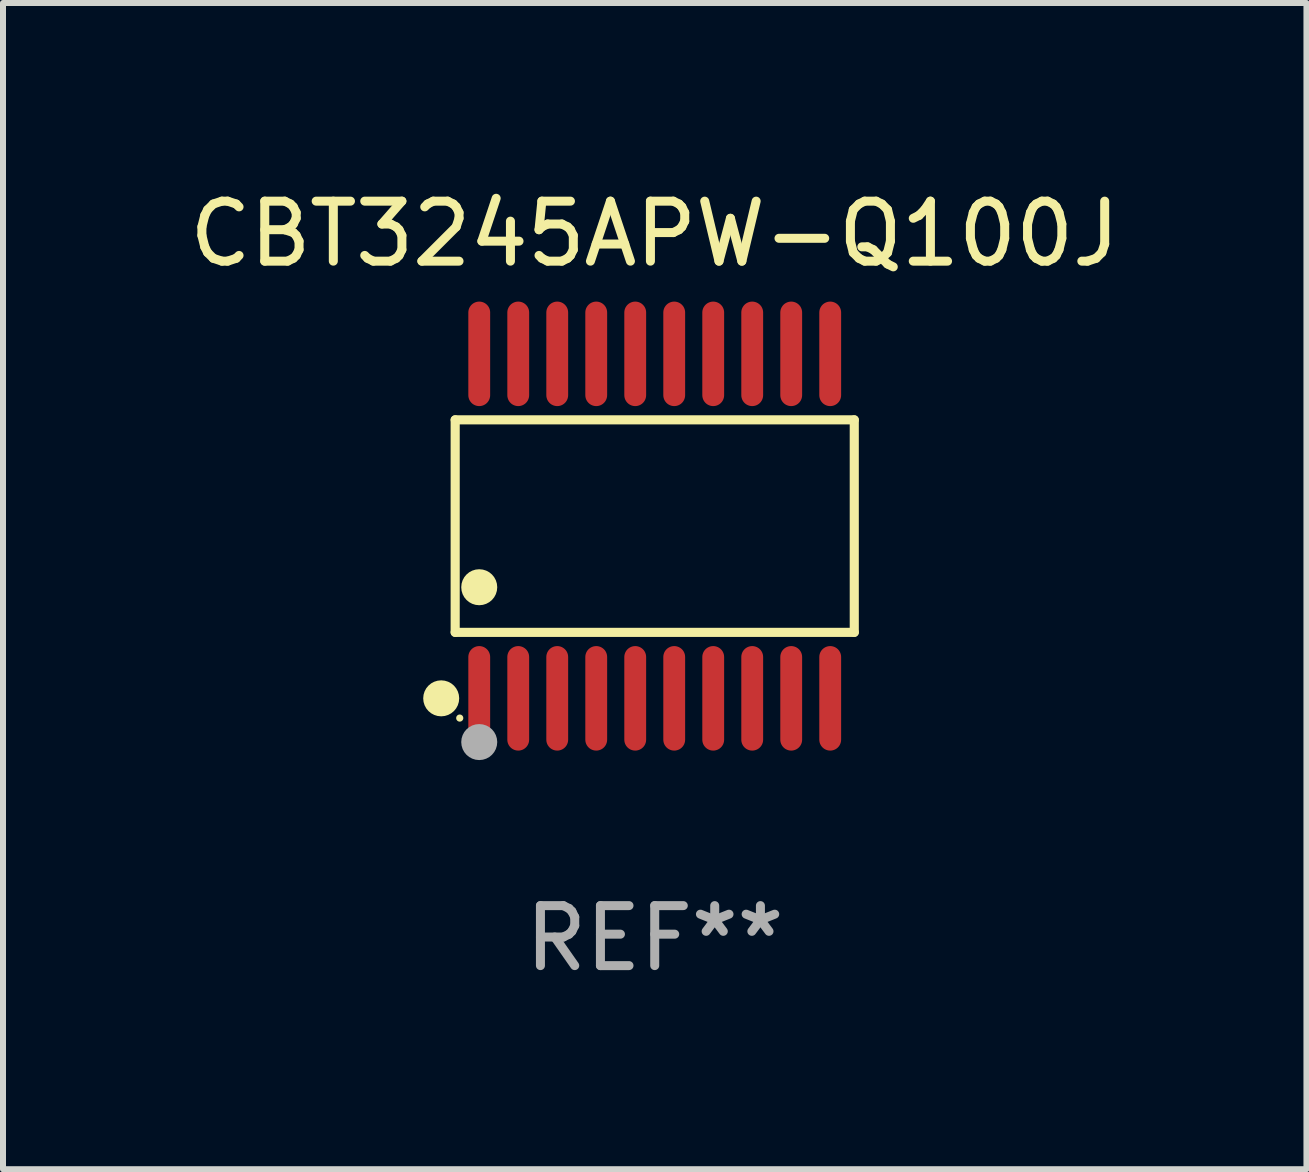
<source format=kicad_pcb>
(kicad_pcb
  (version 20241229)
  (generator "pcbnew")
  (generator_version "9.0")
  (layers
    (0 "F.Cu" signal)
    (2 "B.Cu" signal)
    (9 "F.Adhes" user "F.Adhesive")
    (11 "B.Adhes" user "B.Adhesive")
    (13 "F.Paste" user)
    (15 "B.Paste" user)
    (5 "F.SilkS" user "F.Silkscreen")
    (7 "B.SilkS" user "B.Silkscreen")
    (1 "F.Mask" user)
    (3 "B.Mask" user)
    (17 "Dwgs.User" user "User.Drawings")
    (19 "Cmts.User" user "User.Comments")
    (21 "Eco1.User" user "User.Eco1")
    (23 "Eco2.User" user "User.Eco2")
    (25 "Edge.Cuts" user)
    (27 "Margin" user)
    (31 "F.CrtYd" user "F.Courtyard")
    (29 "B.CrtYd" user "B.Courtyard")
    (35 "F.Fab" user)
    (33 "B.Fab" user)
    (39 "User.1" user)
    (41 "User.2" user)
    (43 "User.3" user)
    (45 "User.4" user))
  (footprint "CBT3245APW-Q100J"
    (layer "F.Cu")
    (at 7.863 5.719)
    (property "Reference" "CBT3245APW-Q100J" (at 0 -4.871 0) (layer "F.SilkS") (effects (font (size 1 1) (thickness 0.15))))
    (attr through_hole)
    (fp_line (start -3.326 -1.771) (end 3.326 -1.771) (stroke (width 0.152) (type solid)) (layer "F.SilkS"))
    (fp_line (start -3.326 1.771) (end -3.326 -1.771) (stroke (width 0.152) (type solid)) (layer "F.SilkS"))
    (fp_line (start 3.326 -1.771) (end 3.326 1.771) (stroke (width 0.152) (type solid)) (layer "F.SilkS"))
    (fp_line (start 3.326 1.771) (end -3.326 1.771) (stroke (width 0.152) (type solid)) (layer "F.SilkS"))
    (fp_circle (center -3.559 2.871) (end -3.409 2.871) (stroke (width 0.3) (type solid)) (fill no) (layer "F.SilkS"))
    (fp_circle (center -3.25 3.2) (end -3.22 3.2) (stroke (width 0.06) (type solid)) (fill no) (layer "F.SilkS"))
    (fp_circle (center -2.925 1.019) (end -2.775 1.019) (stroke (width 0.3) (type solid)) (fill no) (layer "F.SilkS"))
    (fp_circle (center -2.925 3.6) (end -2.775 3.6) (stroke (width 0.3) (type solid)) (fill no) (layer "F.Fab"))
    (fp_text user "REF**" (at 0 6.871 0) (layer "F.Fab") (effects (font (size 1 1) (thickness 0.15))))
    (pad "1" smd oval (at -2.925 2.871) (size 0.364 1.742) (layers "F.Cu" "F.Mask" "F.Paste"))
    (pad "2" smd oval (at -2.275 2.871) (size 0.364 1.742) (layers "F.Cu" "F.Mask" "F.Paste"))
    (pad "3" smd oval (at -1.625 2.871) (size 0.364 1.742) (layers "F.Cu" "F.Mask" "F.Paste"))
    (pad "4" smd oval (at -0.975 2.871) (size 0.364 1.742) (layers "F.Cu" "F.Mask" "F.Paste"))
    (pad "5" smd oval (at -0.325 2.871) (size 0.364 1.742) (layers "F.Cu" "F.Mask" "F.Paste"))
    (pad "6" smd oval (at 0.325 2.871) (size 0.364 1.742) (layers "F.Cu" "F.Mask" "F.Paste"))
    (pad "7" smd oval (at 0.975 2.871) (size 0.364 1.742) (layers "F.Cu" "F.Mask" "F.Paste"))
    (pad "8" smd oval (at 1.625 2.871) (size 0.364 1.742) (layers "F.Cu" "F.Mask" "F.Paste"))
    (pad "9" smd oval (at 2.275 2.871) (size 0.364 1.742) (layers "F.Cu" "F.Mask" "F.Paste"))
    (pad "10" smd oval (at 2.925 2.871) (size 0.364 1.742) (layers "F.Cu" "F.Mask" "F.Paste"))
    (pad "11" smd oval (at 2.925 -2.871) (size 0.364 1.742) (layers "F.Cu" "F.Mask" "F.Paste"))
    (pad "12" smd oval (at 2.275 -2.871) (size 0.364 1.742) (layers "F.Cu" "F.Mask" "F.Paste"))
    (pad "13" smd oval (at 1.625 -2.871) (size 0.364 1.742) (layers "F.Cu" "F.Mask" "F.Paste"))
    (pad "14" smd oval (at 0.975 -2.871) (size 0.364 1.742) (layers "F.Cu" "F.Mask" "F.Paste"))
    (pad "15" smd oval (at 0.325 -2.871) (size 0.364 1.742) (layers "F.Cu" "F.Mask" "F.Paste"))
    (pad "16" smd oval (at -0.325 -2.871) (size 0.364 1.742) (layers "F.Cu" "F.Mask" "F.Paste"))
    (pad "17" smd oval (at -0.975 -2.871) (size 0.364 1.742) (layers "F.Cu" "F.Mask" "F.Paste"))
    (pad "18" smd oval (at -1.625 -2.871) (size 0.364 1.742) (layers "F.Cu" "F.Mask" "F.Paste"))
    (pad "19" smd oval (at -2.275 -2.871) (size 0.364 1.742) (layers "F.Cu" "F.Mask" "F.Paste"))
    (pad "20" smd oval (at -2.925 -2.871) (size 0.364 1.742) (layers "F.Cu" "F.Mask" "F.Paste")))
  (gr_rect
    (start -3 -3)
    (end 18.726 16.438)
    (stroke (width 0.1) (type default))
    (fill no)
    (layer "Edge.Cuts")))
</source>
